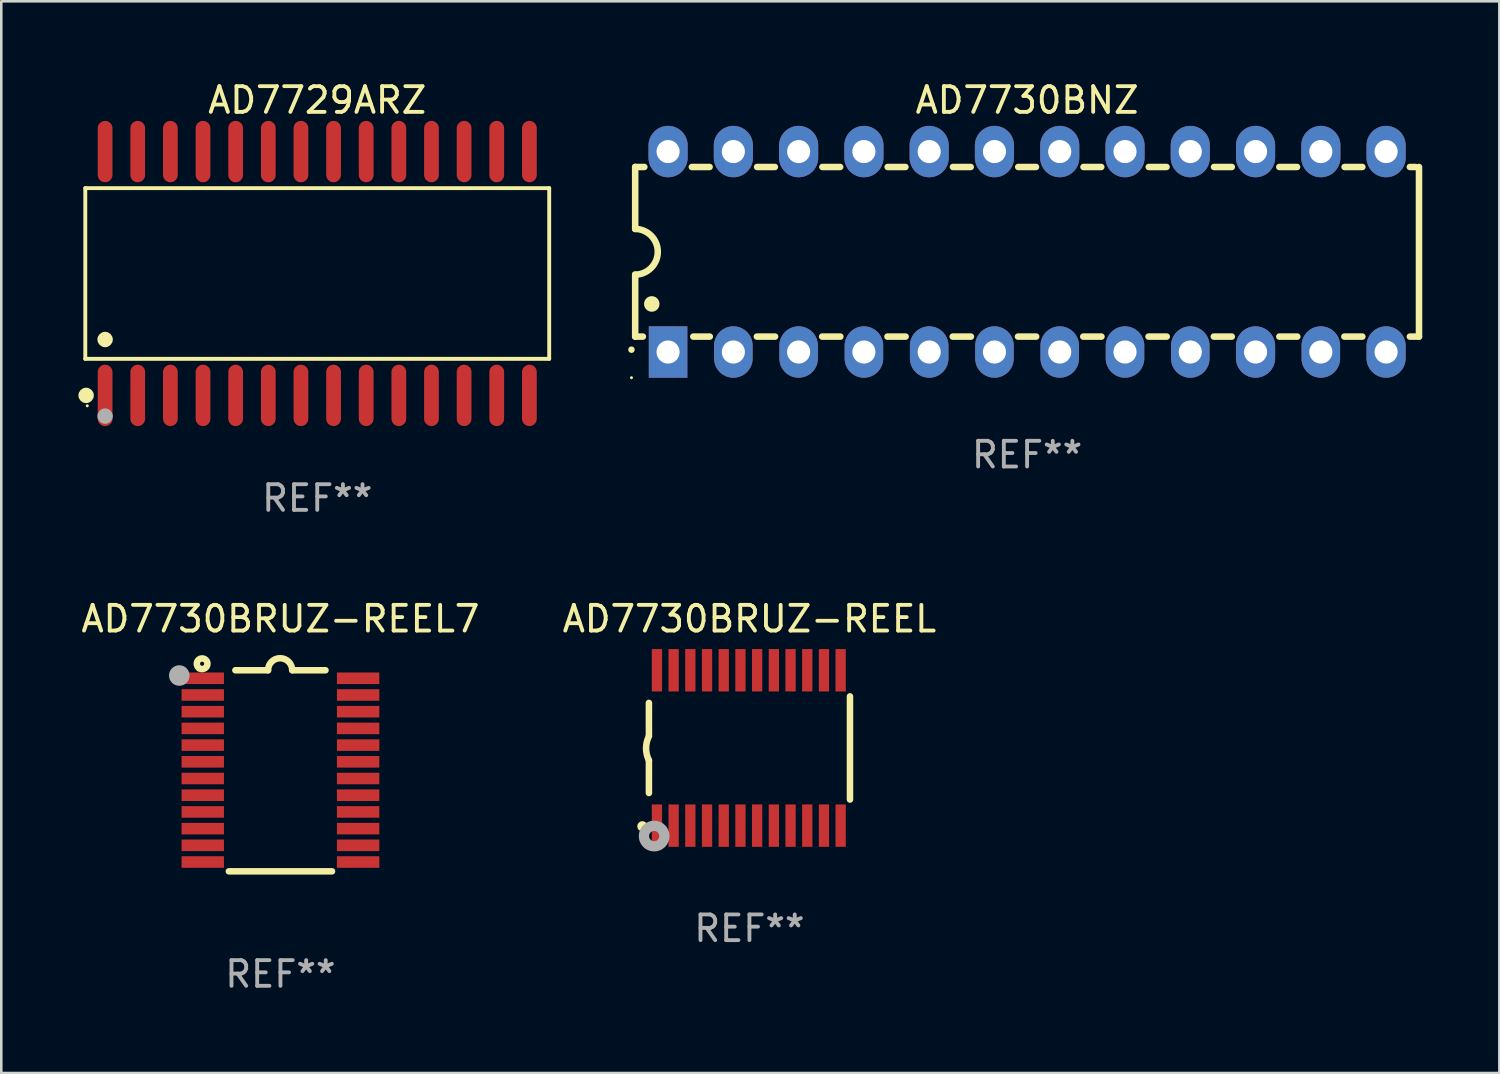
<source format=kicad_pcb>
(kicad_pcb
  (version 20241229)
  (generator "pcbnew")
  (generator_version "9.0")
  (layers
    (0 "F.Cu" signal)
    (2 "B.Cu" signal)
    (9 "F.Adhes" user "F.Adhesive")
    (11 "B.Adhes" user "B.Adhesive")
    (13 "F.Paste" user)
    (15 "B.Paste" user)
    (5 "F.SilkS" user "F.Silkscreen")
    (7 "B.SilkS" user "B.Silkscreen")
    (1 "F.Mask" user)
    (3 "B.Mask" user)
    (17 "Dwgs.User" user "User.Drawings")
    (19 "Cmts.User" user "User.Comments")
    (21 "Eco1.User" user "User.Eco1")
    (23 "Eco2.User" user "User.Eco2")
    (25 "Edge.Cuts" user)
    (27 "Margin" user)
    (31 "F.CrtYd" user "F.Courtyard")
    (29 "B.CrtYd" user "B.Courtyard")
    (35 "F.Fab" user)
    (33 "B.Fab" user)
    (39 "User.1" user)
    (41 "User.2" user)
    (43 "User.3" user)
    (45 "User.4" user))
  (footprint "AD7730BRUZ-REEL7"
    (layer "F.Cu")
    (at 7.863 26.944)
    (property "Reference" "AD7730BRUZ-REEL7" (at 0 -5.912 0) (layer "F.SilkS") (effects (font (size 1 1) (thickness 0.15))))
    (attr through_hole)
    (fp_line (start -1.753 -3.912) (end -0.483 -3.912) (stroke (width 0.254) (type solid)) (layer "F.SilkS"))
    (fp_line (start 0.483 -3.912) (end 1.753 -3.912) (stroke (width 0.254) (type solid)) (layer "F.SilkS"))
    (fp_line (start 2.007 3.912) (end -2.007 3.912) (stroke (width 0.254) (type solid)) (layer "F.SilkS"))
    (fp_arc (start -0.482626 -3.911608) (mid -0.012725 -4.381509) (end 0.457176 -3.911608) (stroke (width 0.254001) (type solid)) (layer "F.SilkS"))
    (fp_circle (center -3.2 -3.925) (end -3.17 -3.925) (stroke (width 0.06) (type solid)) (fill no) (layer "F.SilkS"))
    (fp_circle (center -3.048 -4.166) (end -2.968 -4.166) (stroke (width 0.254) (type solid)) (fill no) (layer "F.SilkS"))
    (fp_circle (center -3.937 -3.708) (end -3.737 -3.708) (stroke (width 0.4) (type solid)) (fill no) (layer "F.Fab"))
    (fp_text user "REF**" (at 0 7.912 0) (layer "F.Fab") (effects (font (size 1 1) (thickness 0.15))))
    (pad "1" smd rect (at -3.023 -3.6) (size 1.65 0.45) (layers "F.Cu" "F.Mask" "F.Paste"))
    (pad "2" smd rect (at -3.023 -2.95) (size 1.65 0.45) (layers "F.Cu" "F.Mask" "F.Paste"))
    (pad "3" smd rect (at -3.023 -2.3) (size 1.65 0.45) (layers "F.Cu" "F.Mask" "F.Paste"))
    (pad "4" smd rect (at -3.023 -1.65) (size 1.65 0.45) (layers "F.Cu" "F.Mask" "F.Paste"))
    (pad "5" smd rect (at -3.023 -1) (size 1.65 0.45) (layers "F.Cu" "F.Mask" "F.Paste"))
    (pad "6" smd rect (at -3.023 -0.35) (size 1.65 0.45) (layers "F.Cu" "F.Mask" "F.Paste"))
    (pad "7" smd rect (at -3.023 0.3) (size 1.65 0.45) (layers "F.Cu" "F.Mask" "F.Paste"))
    (pad "8" smd rect (at -3.023 0.95) (size 1.65 0.45) (layers "F.Cu" "F.Mask" "F.Paste"))
    (pad "9" smd rect (at -3.023 1.6) (size 1.65 0.45) (layers "F.Cu" "F.Mask" "F.Paste"))
    (pad "10" smd rect (at -3.023 2.25) (size 1.65 0.45) (layers "F.Cu" "F.Mask" "F.Paste"))
    (pad "11" smd rect (at -3.023 2.9) (size 1.65 0.45) (layers "F.Cu" "F.Mask" "F.Paste"))
    (pad "12" smd rect (at -3.023 3.55) (size 1.65 0.45) (layers "F.Cu" "F.Mask" "F.Paste"))
    (pad "13" smd rect (at 3.023 3.55) (size 1.65 0.45) (layers "F.Cu" "F.Mask" "F.Paste"))
    (pad "14" smd rect (at 3.023 2.9) (size 1.65 0.45) (layers "F.Cu" "F.Mask" "F.Paste"))
    (pad "15" smd rect (at 3.023 2.25) (size 1.65 0.45) (layers "F.Cu" "F.Mask" "F.Paste"))
    (pad "16" smd rect (at 3.023 1.6) (size 1.65 0.45) (layers "F.Cu" "F.Mask" "F.Paste"))
    (pad "17" smd rect (at 3.023 0.95) (size 1.65 0.45) (layers "F.Cu" "F.Mask" "F.Paste"))
    (pad "18" smd rect (at 3.023 0.3) (size 1.65 0.45) (layers "F.Cu" "F.Mask" "F.Paste"))
    (pad "19" smd rect (at 3.023 -0.35) (size 1.65 0.45) (layers "F.Cu" "F.Mask" "F.Paste"))
    (pad "20" smd rect (at 3.023 -1) (size 1.65 0.45) (layers "F.Cu" "F.Mask" "F.Paste"))
    (pad "21" smd rect (at 3.023 -1.65) (size 1.65 0.45) (layers "F.Cu" "F.Mask" "F.Paste"))
    (pad "22" smd rect (at 3.023 -2.3) (size 1.65 0.45) (layers "F.Cu" "F.Mask" "F.Paste"))
    (pad "23" smd rect (at 3.023 -2.95) (size 1.65 0.45) (layers "F.Cu" "F.Mask" "F.Paste"))
    (pad "24" smd rect (at 3.023 -3.6) (size 1.65 0.45) (layers "F.Cu" "F.Mask" "F.Paste")))
  (footprint "AD7730BRUZ-REEL"
    (layer "F.Cu")
    (at 26.113 26.055)
    (property "Reference" "AD7730BRUZ-REEL" (at 0 -5.023 0) (layer "F.SilkS") (effects (font (size 1 1) (thickness 0.15))))
    (attr through_hole)
    (fp_line (start -3.912 -0.483) (end -3.912 -1.753) (stroke (width 0.254) (type solid)) (layer "F.SilkS"))
    (fp_line (start -3.912 1.753) (end -3.912 0.483) (stroke (width 0.254) (type solid)) (layer "F.SilkS"))
    (fp_line (start 3.912 -2.007) (end 3.912 2.007) (stroke (width 0.254) (type solid)) (layer "F.SilkS"))
    (fp_arc (start -3.911608 0.482601) (mid -4.022537 0.0127) (end -3.911608 -0.457201) (stroke (width 0.254001) (type solid)) (layer "F.SilkS"))
    (fp_circle (center -4.166 3.048) (end -4.066 3.048) (stroke (width 0.2) (type solid)) (fill no) (layer "F.SilkS"))
    (fp_circle (center -3.925 3.186) (end -3.895 3.186) (stroke (width 0.06) (type solid)) (fill no) (layer "F.SilkS"))
    (fp_circle (center -3.708 3.429) (end -3.509 3.429) (stroke (width 0.4) (type solid)) (fill no) (layer "F.Fab"))
    (fp_text user "REF**" (at 0 7.023 0) (layer "F.Fab") (effects (font (size 1 1) (thickness 0.15))))
    (pad "1" smd rect (at -3.6 3.023) (size 0.4 1.65) (layers "F.Cu" "F.Mask" "F.Paste"))
    (pad "2" smd rect (at -2.95 3.023) (size 0.4 1.65) (layers "F.Cu" "F.Mask" "F.Paste"))
    (pad "3" smd rect (at -2.3 3.023) (size 0.4 1.65) (layers "F.Cu" "F.Mask" "F.Paste"))
    (pad "4" smd rect (at -1.65 3.023) (size 0.4 1.65) (layers "F.Cu" "F.Mask" "F.Paste"))
    (pad "5" smd rect (at -1 3.023) (size 0.4 1.65) (layers "F.Cu" "F.Mask" "F.Paste"))
    (pad "6" smd rect (at -0.35 3.023) (size 0.4 1.65) (layers "F.Cu" "F.Mask" "F.Paste"))
    (pad "7" smd rect (at 0.299 3.023) (size 0.4 1.65) (layers "F.Cu" "F.Mask" "F.Paste"))
    (pad "8" smd rect (at 0.95 3.023) (size 0.4 1.65) (layers "F.Cu" "F.Mask" "F.Paste"))
    (pad "9" smd rect (at 1.6 3.023) (size 0.4 1.65) (layers "F.Cu" "F.Mask" "F.Paste"))
    (pad "10" smd rect (at 2.25 3.023) (size 0.4 1.65) (layers "F.Cu" "F.Mask" "F.Paste"))
    (pad "11" smd rect (at 2.9 3.023) (size 0.4 1.65) (layers "F.Cu" "F.Mask" "F.Paste"))
    (pad "12" smd rect (at 3.549 3.023) (size 0.4 1.65) (layers "F.Cu" "F.Mask" "F.Paste"))
    (pad "13" smd rect (at 3.549 -3.023) (size 0.4 1.65) (layers "F.Cu" "F.Mask" "F.Paste"))
    (pad "14" smd rect (at 2.9 -3.023) (size 0.4 1.65) (layers "F.Cu" "F.Mask" "F.Paste"))
    (pad "15" smd rect (at 2.25 -3.023) (size 0.4 1.65) (layers "F.Cu" "F.Mask" "F.Paste"))
    (pad "16" smd rect (at 1.6 -3.023) (size 0.4 1.65) (layers "F.Cu" "F.Mask" "F.Paste"))
    (pad "17" smd rect (at 0.95 -3.023) (size 0.4 1.65) (layers "F.Cu" "F.Mask" "F.Paste"))
    (pad "18" smd rect (at 0.299 -3.023) (size 0.4 1.65) (layers "F.Cu" "F.Mask" "F.Paste"))
    (pad "19" smd rect (at -0.35 -3.023) (size 0.4 1.65) (layers "F.Cu" "F.Mask" "F.Paste"))
    (pad "20" smd rect (at -1 -3.023) (size 0.4 1.65) (layers "F.Cu" "F.Mask" "F.Paste"))
    (pad "21" smd rect (at -1.65 -3.023) (size 0.4 1.65) (layers "F.Cu" "F.Mask" "F.Paste"))
    (pad "22" smd rect (at -2.3 -3.023) (size 0.4 1.65) (layers "F.Cu" "F.Mask" "F.Paste"))
    (pad "23" smd rect (at -2.95 -3.023) (size 0.4 1.65) (layers "F.Cu" "F.Mask" "F.Paste"))
    (pad "24" smd rect (at -3.6 -3.023) (size 0.4 1.65) (layers "F.Cu" "F.Mask" "F.Paste")))
  (footprint "AD7730BNZ"
    (layer "F.Cu")
    (at 36.917 6.748)
    (property "Reference" "AD7730BNZ" (at 0 -5.9 0) (layer "F.SilkS") (effects (font (size 1 1) (thickness 0.15))))
    (attr through_hole)
    (fp_line (start -15.25 -3.3) (end -15.25 -0.889) (stroke (width 0.254) (type solid)) (layer "F.SilkS"))
    (fp_line (start -15.25 -3.3) (end -14.895 -3.3) (stroke (width 0.254) (type solid)) (layer "F.SilkS"))
    (fp_line (start -15.25 3.3) (end -15.25 0.889) (stroke (width 0.254) (type solid)) (layer "F.SilkS"))
    (fp_line (start -15.25 3.3) (end -14.951 3.3) (stroke (width 0.254) (type solid)) (layer "F.SilkS"))
    (fp_line (start -13.045 -3.3) (end -12.355 -3.3) (stroke (width 0.254) (type solid)) (layer "F.SilkS"))
    (fp_line (start -12.989 3.3) (end -12.347 3.3) (stroke (width 0.254) (type solid)) (layer "F.SilkS"))
    (fp_line (start -10.514 3.3) (end -9.807 3.3) (stroke (width 0.254) (type solid)) (layer "F.SilkS"))
    (fp_line (start -10.505 -3.3) (end -9.815 -3.3) (stroke (width 0.254) (type solid)) (layer "F.SilkS"))
    (fp_line (start -7.974 3.3) (end -7.267 3.3) (stroke (width 0.254) (type solid)) (layer "F.SilkS"))
    (fp_line (start -7.965 -3.3) (end -7.275 -3.3) (stroke (width 0.254) (type solid)) (layer "F.SilkS"))
    (fp_line (start -5.434 3.3) (end -4.727 3.3) (stroke (width 0.254) (type solid)) (layer "F.SilkS"))
    (fp_line (start -5.425 -3.3) (end -4.735 -3.3) (stroke (width 0.254) (type solid)) (layer "F.SilkS"))
    (fp_line (start -2.894 3.3) (end -2.187 3.3) (stroke (width 0.254) (type solid)) (layer "F.SilkS"))
    (fp_line (start -2.885 -3.3) (end -2.195 -3.3) (stroke (width 0.254) (type solid)) (layer "F.SilkS"))
    (fp_line (start -0.354 3.3) (end 0.353 3.3) (stroke (width 0.254) (type solid)) (layer "F.SilkS"))
    (fp_line (start -0.345 -3.3) (end 0.345 -3.3) (stroke (width 0.254) (type solid)) (layer "F.SilkS"))
    (fp_line (start 2.186 3.3) (end 2.893 3.3) (stroke (width 0.254) (type solid)) (layer "F.SilkS"))
    (fp_line (start 2.195 -3.3) (end 2.885 -3.3) (stroke (width 0.254) (type solid)) (layer "F.SilkS"))
    (fp_line (start 4.726 3.3) (end 5.434 3.3) (stroke (width 0.254) (type solid)) (layer "F.SilkS"))
    (fp_line (start 4.735 -3.3) (end 5.425 -3.3) (stroke (width 0.254) (type solid)) (layer "F.SilkS"))
    (fp_line (start 7.266 3.3) (end 7.965 3.3) (stroke (width 0.254) (type solid)) (layer "F.SilkS"))
    (fp_line (start 7.275 -3.3) (end 7.965 -3.3) (stroke (width 0.254) (type solid)) (layer "F.SilkS"))
    (fp_line (start 9.815 -3.3) (end 10.505 -3.3) (stroke (width 0.254) (type solid)) (layer "F.SilkS"))
    (fp_line (start 9.815 3.3) (end 10.514 3.3) (stroke (width 0.254) (type solid)) (layer "F.SilkS"))
    (fp_line (start 12.346 3.3) (end 13.045 3.3) (stroke (width 0.254) (type solid)) (layer "F.SilkS"))
    (fp_line (start 12.355 -3.3) (end 13.045 -3.3) (stroke (width 0.254) (type solid)) (layer "F.SilkS"))
    (fp_line (start 14.895 -3.3) (end 15.113 -3.3) (stroke (width 0.254) (type solid)) (layer "F.SilkS"))
    (fp_line (start 14.895 3.3) (end 15.25 3.3) (stroke (width 0.254) (type solid)) (layer "F.SilkS"))
    (fp_line (start 15.25 -3.3) (end 15.25 3.3) (stroke (width 0.254) (type solid)) (layer "F.SilkS"))
    (fp_arc (start -15.394971 3.810033) (mid -15.394978 3.808763) (end -15.394971 3.807493) (stroke (width 0.25) (type solid)) (layer "F.SilkS"))
    (fp_arc (start -15.251053 -0.890146) (mid -14.361467 -0.001067) (end -15.250038 0.889027) (stroke (width 0.254001) (type solid)) (layer "F.SilkS"))
    (fp_arc (start -14.605029 2.032029) (mid -14.60504 2.029489) (end -14.605029 2.026949) (stroke (width 0.6) (type solid)) (layer "F.SilkS"))
    (fp_circle (center -15.395 4.9) (end -15.365 4.9) (stroke (width 0.06) (type solid)) (fill no) (layer "F.SilkS"))
    (fp_text user "REF**" (at 0 7.9 0) (layer "F.Fab") (effects (font (size 1 1) (thickness 0.15))))
    (pad "1" thru_hole rect (at -13.97 3.9 90) (size 2 1.5) (drill 0.9) (layers "*.Cu" "*.Mask"))
    (pad "2" thru_hole oval (at -11.43 3.9 90) (size 2 1.5) (drill 0.9) (layers "*.Cu" "*.Mask"))
    (pad "3" thru_hole oval (at -8.89 3.9 90) (size 2 1.5) (drill 0.9) (layers "*.Cu" "*.Mask"))
    (pad "4" thru_hole oval (at -6.35 3.9 90) (size 2 1.5) (drill 0.9) (layers "*.Cu" "*.Mask"))
    (pad "5" thru_hole oval (at -3.81 3.9 90) (size 2 1.5) (drill 0.9) (layers "*.Cu" "*.Mask"))
    (pad "6" thru_hole oval (at -1.27 3.9 90) (size 2 1.5) (drill 0.9) (layers "*.Cu" "*.Mask"))
    (pad "7" thru_hole oval (at 1.27 3.9 90) (size 2 1.5) (drill 0.9) (layers "*.Cu" "*.Mask"))
    (pad "8" thru_hole oval (at 3.81 3.9 90) (size 2 1.5) (drill 0.9) (layers "*.Cu" "*.Mask"))
    (pad "9" thru_hole oval (at 6.35 3.9 90) (size 2 1.5) (drill 0.9) (layers "*.Cu" "*.Mask"))
    (pad "10" thru_hole oval (at 8.89 3.9 90) (size 2 1.524) (drill 0.9) (layers "*.Cu" "*.Mask"))
    (pad "11" thru_hole oval (at 11.43 3.9 90) (size 2 1.5) (drill 0.9) (layers "*.Cu" "*.Mask"))
    (pad "12" thru_hole oval (at 13.97 3.9 90) (size 2 1.524) (drill 0.9) (layers "*.Cu" "*.Mask"))
    (pad "13" thru_hole oval (at 13.97 -3.9 90) (size 2 1.524) (drill 0.9) (layers "*.Cu" "*.Mask"))
    (pad "14" thru_hole oval (at 11.43 -3.9 90) (size 2 1.524) (drill 0.9) (layers "*.Cu" "*.Mask"))
    (pad "15" thru_hole oval (at 8.89 -3.9 90) (size 2 1.524) (drill 0.9) (layers "*.Cu" "*.Mask"))
    (pad "16" thru_hole oval (at 6.35 -3.9 90) (size 2 1.524) (drill 0.9) (layers "*.Cu" "*.Mask"))
    (pad "17" thru_hole oval (at 3.81 -3.9 90) (size 2 1.524) (drill 0.9) (layers "*.Cu" "*.Mask"))
    (pad "18" thru_hole oval (at 1.27 -3.9 90) (size 2 1.524) (drill 0.9) (layers "*.Cu" "*.Mask"))
    (pad "19" thru_hole oval (at -1.27 -3.9 90) (size 2 1.524) (drill 0.9) (layers "*.Cu" "*.Mask"))
    (pad "20" thru_hole oval (at -3.81 -3.9 90) (size 2 1.524) (drill 0.9) (layers "*.Cu" "*.Mask"))
    (pad "21" thru_hole oval (at -6.35 -3.9 90) (size 2 1.524) (drill 0.9) (layers "*.Cu" "*.Mask"))
    (pad "22" thru_hole oval (at -8.89 -3.9 90) (size 2 1.524) (drill 0.9) (layers "*.Cu" "*.Mask"))
    (pad "23" thru_hole oval (at -11.43 -3.9 90) (size 2 1.524) (drill 0.9) (layers "*.Cu" "*.Mask"))
    (pad "24" thru_hole oval (at -13.97 -3.9 90) (size 2 1.524) (drill 0.9) (layers "*.Cu" "*.Mask")))
  (footprint "AD7729ARZ"
    (layer "F.Cu")
    (at 9.295 7.592)
    (property "Reference" "AD7729ARZ" (at 0 -6.744 0) (layer "F.SilkS") (effects (font (size 1 1) (thickness 0.15))))
    (attr through_hole)
    (fp_line (start -9.026 -3.321) (end 9.026 -3.321) (stroke (width 0.152) (type solid)) (layer "F.SilkS"))
    (fp_line (start -9.026 3.321) (end -9.026 -3.321) (stroke (width 0.152) (type solid)) (layer "F.SilkS"))
    (fp_line (start 9.026 -3.321) (end 9.026 3.321) (stroke (width 0.152) (type solid)) (layer "F.SilkS"))
    (fp_line (start 9.026 3.321) (end -9.026 3.321) (stroke (width 0.152) (type solid)) (layer "F.SilkS"))
    (fp_circle (center -8.994 4.744) (end -8.844 4.744) (stroke (width 0.3) (type solid)) (fill no) (layer "F.SilkS"))
    (fp_circle (center -8.95 5.15) (end -8.92 5.15) (stroke (width 0.06) (type solid)) (fill no) (layer "F.SilkS"))
    (fp_circle (center -8.255 2.569) (end -8.105 2.569) (stroke (width 0.3) (type solid)) (fill no) (layer "F.SilkS"))
    (fp_circle (center -8.255 5.55) (end -8.105 5.55) (stroke (width 0.3) (type solid)) (fill no) (layer "F.Fab"))
    (fp_text user "REF**" (at 0 8.744 0) (layer "F.Fab") (effects (font (size 1 1) (thickness 0.15))))
    (pad "1" smd oval (at -8.255 4.744) (size 0.574 2.388) (layers "F.Cu" "F.Mask" "F.Paste"))
    (pad "2" smd oval (at -6.985 4.744) (size 0.574 2.388) (layers "F.Cu" "F.Mask" "F.Paste"))
    (pad "3" smd oval (at -5.715 4.744) (size 0.574 2.388) (layers "F.Cu" "F.Mask" "F.Paste"))
    (pad "4" smd oval (at -4.445 4.744) (size 0.574 2.388) (layers "F.Cu" "F.Mask" "F.Paste"))
    (pad "5" smd oval (at -3.175 4.744) (size 0.574 2.388) (layers "F.Cu" "F.Mask" "F.Paste"))
    (pad "6" smd oval (at -1.905 4.744) (size 0.574 2.388) (layers "F.Cu" "F.Mask" "F.Paste"))
    (pad "7" smd oval (at -0.635 4.744) (size 0.574 2.388) (layers "F.Cu" "F.Mask" "F.Paste"))
    (pad "8" smd oval (at 0.635 4.744) (size 0.574 2.388) (layers "F.Cu" "F.Mask" "F.Paste"))
    (pad "9" smd oval (at 1.905 4.744) (size 0.574 2.388) (layers "F.Cu" "F.Mask" "F.Paste"))
    (pad "10" smd oval (at 3.175 4.744) (size 0.574 2.388) (layers "F.Cu" "F.Mask" "F.Paste"))
    (pad "11" smd oval (at 4.445 4.744) (size 0.574 2.388) (layers "F.Cu" "F.Mask" "F.Paste"))
    (pad "12" smd oval (at 5.715 4.744) (size 0.574 2.388) (layers "F.Cu" "F.Mask" "F.Paste"))
    (pad "13" smd oval (at 6.985 4.744) (size 0.574 2.388) (layers "F.Cu" "F.Mask" "F.Paste"))
    (pad "14" smd oval (at 8.255 4.744) (size 0.574 2.388) (layers "F.Cu" "F.Mask" "F.Paste"))
    (pad "15" smd oval (at 8.255 -4.744) (size 0.574 2.388) (layers "F.Cu" "F.Mask" "F.Paste"))
    (pad "16" smd oval (at 6.985 -4.744) (size 0.574 2.388) (layers "F.Cu" "F.Mask" "F.Paste"))
    (pad "17" smd oval (at 5.715 -4.744) (size 0.574 2.388) (layers "F.Cu" "F.Mask" "F.Paste"))
    (pad "18" smd oval (at 4.445 -4.744) (size 0.574 2.388) (layers "F.Cu" "F.Mask" "F.Paste"))
    (pad "19" smd oval (at 3.175 -4.744) (size 0.574 2.388) (layers "F.Cu" "F.Mask" "F.Paste"))
    (pad "20" smd oval (at 1.905 -4.744) (size 0.574 2.388) (layers "F.Cu" "F.Mask" "F.Paste"))
    (pad "21" smd oval (at 0.635 -4.744) (size 0.574 2.388) (layers "F.Cu" "F.Mask" "F.Paste"))
    (pad "22" smd oval (at -0.635 -4.744) (size 0.574 2.388) (layers "F.Cu" "F.Mask" "F.Paste"))
    (pad "23" smd oval (at -1.905 -4.744) (size 0.574 2.388) (layers "F.Cu" "F.Mask" "F.Paste"))
    (pad "24" smd oval (at -3.175 -4.744) (size 0.574 2.388) (layers "F.Cu" "F.Mask" "F.Paste"))
    (pad "25" smd oval (at -4.445 -4.744) (size 0.574 2.388) (layers "F.Cu" "F.Mask" "F.Paste"))
    (pad "26" smd oval (at -5.715 -4.744) (size 0.574 2.388) (layers "F.Cu" "F.Mask" "F.Paste"))
    (pad "27" smd oval (at -6.985 -4.744) (size 0.574 2.388) (layers "F.Cu" "F.Mask" "F.Paste"))
    (pad "28" smd oval (at -8.255 -4.744) (size 0.574 2.388) (layers "F.Cu" "F.Mask" "F.Paste")))
  (gr_rect
    (start -3 -3)
    (end 55.294 38.704)
    (stroke (width 0.1) (type default))
    (fill no)
    (layer "Edge.Cuts")))
</source>
